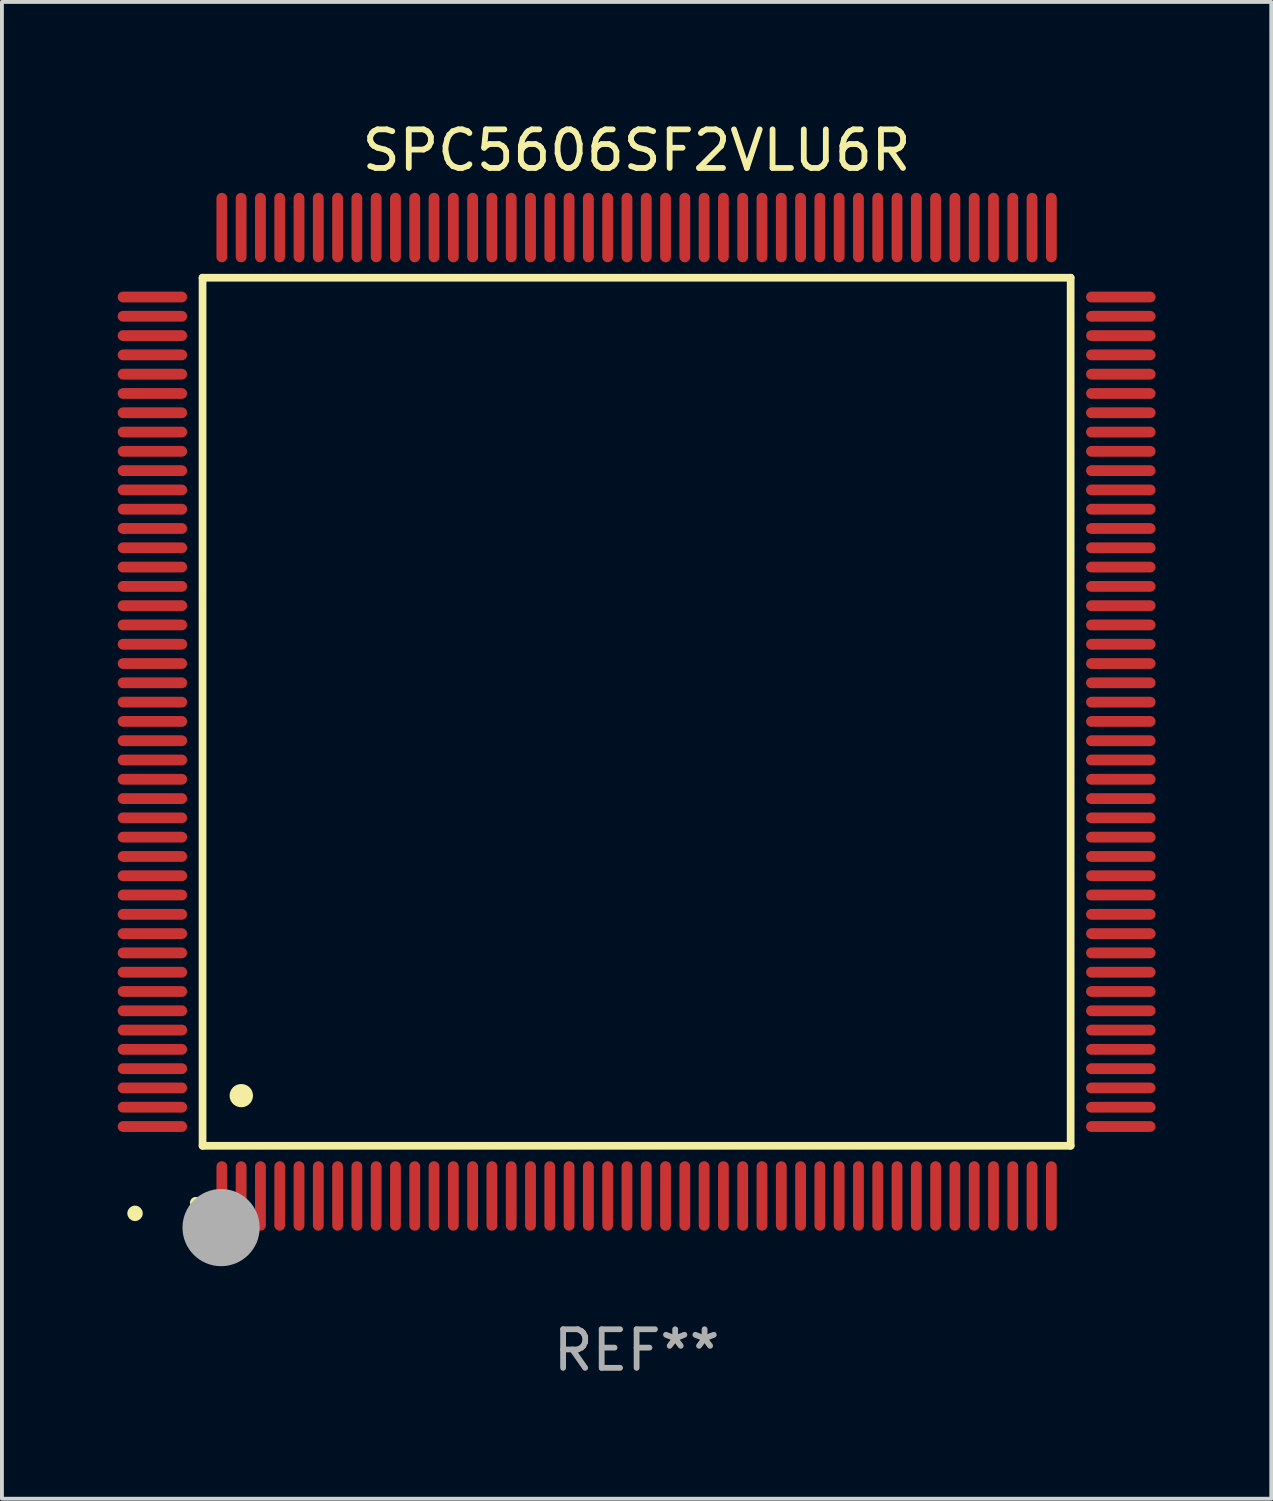
<source format=kicad_pcb>
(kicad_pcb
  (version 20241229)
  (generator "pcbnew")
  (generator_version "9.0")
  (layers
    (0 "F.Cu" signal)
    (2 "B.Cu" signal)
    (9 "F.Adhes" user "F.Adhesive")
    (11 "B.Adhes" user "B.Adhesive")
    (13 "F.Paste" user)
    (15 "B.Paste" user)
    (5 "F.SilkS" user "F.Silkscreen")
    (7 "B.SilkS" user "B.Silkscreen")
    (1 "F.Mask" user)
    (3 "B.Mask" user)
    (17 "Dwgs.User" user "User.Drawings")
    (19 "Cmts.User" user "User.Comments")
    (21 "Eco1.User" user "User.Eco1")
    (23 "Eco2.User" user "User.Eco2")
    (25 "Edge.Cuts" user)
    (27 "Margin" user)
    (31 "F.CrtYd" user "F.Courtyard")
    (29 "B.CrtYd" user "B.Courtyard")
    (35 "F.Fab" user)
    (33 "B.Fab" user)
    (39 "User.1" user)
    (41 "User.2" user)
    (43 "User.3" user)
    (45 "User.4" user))
  (footprint "SPC5606SF2VLU6R"
    (layer "F.Cu")
    (at 13.45 15.398)
    (property "Reference" "SPC5606SF2VLU6R" (at 0 -14.55 0) (layer "F.SilkS") (effects (font (size 1 1) (thickness 0.15))))
    (attr through_hole)
    (fp_line (start -11.25 -11.25) (end 11.25 -11.25) (stroke (width 0.2) (type solid)) (layer "F.SilkS"))
    (fp_line (start -11.25 11.25) (end -11.25 -11.25) (stroke (width 0.2) (type solid)) (layer "F.SilkS"))
    (fp_line (start 11.25 -11.25) (end 11.25 11.25) (stroke (width 0.2) (type solid)) (layer "F.SilkS"))
    (fp_line (start 11.25 11.25) (end -11.25 11.25) (stroke (width 0.2) (type solid)) (layer "F.SilkS"))
    (fp_arc (start -11.424943 12.725425) (mid -11.423673 12.72542) (end -11.422403 12.725425) (stroke (width 0.3) (type solid)) (layer "F.SilkS"))
    (fp_arc (start -10.24892 9.9492) (mid -10.24638 9.949189) (end -10.24384 9.9492) (stroke (width 0.6) (type solid)) (layer "F.SilkS"))
    (fp_circle (center -13 13) (end -12.9 13) (stroke (width 0.2) (type solid)) (fill no) (layer "F.SilkS"))
    (fp_circle (center -10.77 13.37) (end -10.27 13.37) (stroke (width 1) (type solid)) (fill no) (layer "F.Fab"))
    (fp_text user "REF**" (at 0 16.55 0) (layer "F.Fab") (effects (font (size 1 1) (thickness 0.15))))
    (pad "1" smd oval (at -10.75 12.55) (size 0.28 1.8) (layers "F.Cu" "F.Mask" "F.Paste"))
    (pad "2" smd oval (at -10.25 12.55) (size 0.28 1.8) (layers "F.Cu" "F.Mask" "F.Paste"))
    (pad "3" smd oval (at -9.75 12.55) (size 0.28 1.8) (layers "F.Cu" "F.Mask" "F.Paste"))
    (pad "4" smd oval (at -9.25 12.55) (size 0.28 1.8) (layers "F.Cu" "F.Mask" "F.Paste"))
    (pad "5" smd oval (at -8.75 12.55) (size 0.28 1.8) (layers "F.Cu" "F.Mask" "F.Paste"))
    (pad "6" smd oval (at -8.25 12.55) (size 0.28 1.8) (layers "F.Cu" "F.Mask" "F.Paste"))
    (pad "7" smd oval (at -7.75 12.55) (size 0.28 1.8) (layers "F.Cu" "F.Mask" "F.Paste"))
    (pad "8" smd oval (at -7.25 12.55) (size 0.28 1.8) (layers "F.Cu" "F.Mask" "F.Paste"))
    (pad "9" smd oval (at -6.75 12.55) (size 0.28 1.8) (layers "F.Cu" "F.Mask" "F.Paste"))
    (pad "10" smd oval (at -6.25 12.55) (size 0.28 1.8) (layers "F.Cu" "F.Mask" "F.Paste"))
    (pad "11" smd oval (at -5.75 12.55) (size 0.28 1.8) (layers "F.Cu" "F.Mask" "F.Paste"))
    (pad "12" smd oval (at -5.25 12.55) (size 0.28 1.8) (layers "F.Cu" "F.Mask" "F.Paste"))
    (pad "13" smd oval (at -4.75 12.55) (size 0.28 1.8) (layers "F.Cu" "F.Mask" "F.Paste"))
    (pad "14" smd oval (at -4.25 12.55) (size 0.28 1.8) (layers "F.Cu" "F.Mask" "F.Paste"))
    (pad "15" smd oval (at -3.75 12.55) (size 0.28 1.8) (layers "F.Cu" "F.Mask" "F.Paste"))
    (pad "16" smd oval (at -3.25 12.55) (size 0.28 1.8) (layers "F.Cu" "F.Mask" "F.Paste"))
    (pad "17" smd oval (at -2.75 12.55) (size 0.28 1.8) (layers "F.Cu" "F.Mask" "F.Paste"))
    (pad "18" smd oval (at -2.25 12.55) (size 0.28 1.8) (layers "F.Cu" "F.Mask" "F.Paste"))
    (pad "19" smd oval (at -1.75 12.55) (size 0.28 1.8) (layers "F.Cu" "F.Mask" "F.Paste"))
    (pad "20" smd oval (at -1.25 12.55) (size 0.28 1.8) (layers "F.Cu" "F.Mask" "F.Paste"))
    (pad "21" smd oval (at -0.75 12.55) (size 0.28 1.8) (layers "F.Cu" "F.Mask" "F.Paste"))
    (pad "22" smd oval (at -0.25 12.55) (size 0.28 1.8) (layers "F.Cu" "F.Mask" "F.Paste"))
    (pad "23" smd oval (at 0.25 12.55) (size 0.28 1.8) (layers "F.Cu" "F.Mask" "F.Paste"))
    (pad "24" smd oval (at 0.75 12.55) (size 0.28 1.8) (layers "F.Cu" "F.Mask" "F.Paste"))
    (pad "25" smd oval (at 1.25 12.55) (size 0.28 1.8) (layers "F.Cu" "F.Mask" "F.Paste"))
    (pad "26" smd oval (at 1.75 12.55) (size 0.28 1.8) (layers "F.Cu" "F.Mask" "F.Paste"))
    (pad "27" smd oval (at 2.25 12.55) (size 0.28 1.8) (layers "F.Cu" "F.Mask" "F.Paste"))
    (pad "28" smd oval (at 2.75 12.55) (size 0.28 1.8) (layers "F.Cu" "F.Mask" "F.Paste"))
    (pad "29" smd oval (at 3.25 12.55) (size 0.28 1.8) (layers "F.Cu" "F.Mask" "F.Paste"))
    (pad "30" smd oval (at 3.75 12.55) (size 0.28 1.8) (layers "F.Cu" "F.Mask" "F.Paste"))
    (pad "31" smd oval (at 4.25 12.55) (size 0.28 1.8) (layers "F.Cu" "F.Mask" "F.Paste"))
    (pad "32" smd oval (at 4.75 12.55) (size 0.28 1.8) (layers "F.Cu" "F.Mask" "F.Paste"))
    (pad "33" smd oval (at 5.25 12.55) (size 0.28 1.8) (layers "F.Cu" "F.Mask" "F.Paste"))
    (pad "34" smd oval (at 5.75 12.55) (size 0.28 1.8) (layers "F.Cu" "F.Mask" "F.Paste"))
    (pad "35" smd oval (at 6.25 12.55) (size 0.28 1.8) (layers "F.Cu" "F.Mask" "F.Paste"))
    (pad "36" smd oval (at 6.75 12.55) (size 0.28 1.8) (layers "F.Cu" "F.Mask" "F.Paste"))
    (pad "37" smd oval (at 7.25 12.55) (size 0.28 1.8) (layers "F.Cu" "F.Mask" "F.Paste"))
    (pad "38" smd oval (at 7.75 12.55) (size 0.28 1.8) (layers "F.Cu" "F.Mask" "F.Paste"))
    (pad "39" smd oval (at 8.25 12.55) (size 0.28 1.8) (layers "F.Cu" "F.Mask" "F.Paste"))
    (pad "40" smd oval (at 8.75 12.55) (size 0.28 1.8) (layers "F.Cu" "F.Mask" "F.Paste"))
    (pad "41" smd oval (at 9.25 12.55) (size 0.28 1.8) (layers "F.Cu" "F.Mask" "F.Paste"))
    (pad "42" smd oval (at 9.75 12.55) (size 0.28 1.8) (layers "F.Cu" "F.Mask" "F.Paste"))
    (pad "43" smd oval (at 10.25 12.55) (size 0.28 1.8) (layers "F.Cu" "F.Mask" "F.Paste"))
    (pad "44" smd oval (at 10.75 12.55) (size 0.28 1.8) (layers "F.Cu" "F.Mask" "F.Paste"))
    (pad "45" smd oval (at 12.55 10.75) (size 1.8 0.28) (layers "F.Cu" "F.Mask" "F.Paste"))
    (pad "46" smd oval (at 12.55 10.25) (size 1.8 0.28) (layers "F.Cu" "F.Mask" "F.Paste"))
    (pad "47" smd oval (at 12.55 9.75) (size 1.8 0.28) (layers "F.Cu" "F.Mask" "F.Paste"))
    (pad "48" smd oval (at 12.55 9.25) (size 1.8 0.28) (layers "F.Cu" "F.Mask" "F.Paste"))
    (pad "49" smd oval (at 12.55 8.75) (size 1.8 0.28) (layers "F.Cu" "F.Mask" "F.Paste"))
    (pad "50" smd oval (at 12.55 8.25) (size 1.8 0.28) (layers "F.Cu" "F.Mask" "F.Paste"))
    (pad "51" smd oval (at 12.55 7.75) (size 1.8 0.28) (layers "F.Cu" "F.Mask" "F.Paste"))
    (pad "52" smd oval (at 12.55 7.25) (size 1.8 0.28) (layers "F.Cu" "F.Mask" "F.Paste"))
    (pad "53" smd oval (at 12.55 6.75) (size 1.8 0.28) (layers "F.Cu" "F.Mask" "F.Paste"))
    (pad "54" smd oval (at 12.55 6.25) (size 1.8 0.28) (layers "F.Cu" "F.Mask" "F.Paste"))
    (pad "55" smd oval (at 12.55 5.75) (size 1.8 0.28) (layers "F.Cu" "F.Mask" "F.Paste"))
    (pad "56" smd oval (at 12.55 5.25) (size 1.8 0.28) (layers "F.Cu" "F.Mask" "F.Paste"))
    (pad "57" smd oval (at 12.55 4.75) (size 1.8 0.28) (layers "F.Cu" "F.Mask" "F.Paste"))
    (pad "58" smd oval (at 12.55 4.25) (size 1.8 0.28) (layers "F.Cu" "F.Mask" "F.Paste"))
    (pad "59" smd oval (at 12.55 3.75) (size 1.8 0.28) (layers "F.Cu" "F.Mask" "F.Paste"))
    (pad "60" smd oval (at 12.55 3.25) (size 1.8 0.28) (layers "F.Cu" "F.Mask" "F.Paste"))
    (pad "61" smd oval (at 12.55 2.75) (size 1.8 0.28) (layers "F.Cu" "F.Mask" "F.Paste"))
    (pad "62" smd oval (at 12.55 2.25) (size 1.8 0.28) (layers "F.Cu" "F.Mask" "F.Paste"))
    (pad "63" smd oval (at 12.55 1.75) (size 1.8 0.28) (layers "F.Cu" "F.Mask" "F.Paste"))
    (pad "64" smd oval (at 12.55 1.25) (size 1.8 0.28) (layers "F.Cu" "F.Mask" "F.Paste"))
    (pad "65" smd oval (at 12.55 0.75) (size 1.8 0.28) (layers "F.Cu" "F.Mask" "F.Paste"))
    (pad "66" smd oval (at 12.55 0.25) (size 1.8 0.28) (layers "F.Cu" "F.Mask" "F.Paste"))
    (pad "67" smd oval (at 12.55 -0.25) (size 1.8 0.28) (layers "F.Cu" "F.Mask" "F.Paste"))
    (pad "68" smd oval (at 12.55 -0.75) (size 1.8 0.28) (layers "F.Cu" "F.Mask" "F.Paste"))
    (pad "69" smd oval (at 12.55 -1.25) (size 1.8 0.28) (layers "F.Cu" "F.Mask" "F.Paste"))
    (pad "70" smd oval (at 12.55 -1.75) (size 1.8 0.28) (layers "F.Cu" "F.Mask" "F.Paste"))
    (pad "71" smd oval (at 12.55 -2.25) (size 1.8 0.28) (layers "F.Cu" "F.Mask" "F.Paste"))
    (pad "72" smd oval (at 12.55 -2.75) (size 1.8 0.28) (layers "F.Cu" "F.Mask" "F.Paste"))
    (pad "73" smd oval (at 12.55 -3.25) (size 1.8 0.28) (layers "F.Cu" "F.Mask" "F.Paste"))
    (pad "74" smd oval (at 12.55 -3.75) (size 1.8 0.28) (layers "F.Cu" "F.Mask" "F.Paste"))
    (pad "75" smd oval (at 12.55 -4.25) (size 1.8 0.28) (layers "F.Cu" "F.Mask" "F.Paste"))
    (pad "76" smd oval (at 12.55 -4.75) (size 1.8 0.28) (layers "F.Cu" "F.Mask" "F.Paste"))
    (pad "77" smd oval (at 12.55 -5.25) (size 1.8 0.28) (layers "F.Cu" "F.Mask" "F.Paste"))
    (pad "78" smd oval (at 12.55 -5.75) (size 1.8 0.28) (layers "F.Cu" "F.Mask" "F.Paste"))
    (pad "79" smd oval (at 12.55 -6.25) (size 1.8 0.28) (layers "F.Cu" "F.Mask" "F.Paste"))
    (pad "80" smd oval (at 12.55 -6.75) (size 1.8 0.28) (layers "F.Cu" "F.Mask" "F.Paste"))
    (pad "81" smd oval (at 12.55 -7.25) (size 1.8 0.28) (layers "F.Cu" "F.Mask" "F.Paste"))
    (pad "82" smd oval (at 12.55 -7.75) (size 1.8 0.28) (layers "F.Cu" "F.Mask" "F.Paste"))
    (pad "83" smd oval (at 12.55 -8.25) (size 1.8 0.28) (layers "F.Cu" "F.Mask" "F.Paste"))
    (pad "84" smd oval (at 12.55 -8.75) (size 1.8 0.28) (layers "F.Cu" "F.Mask" "F.Paste"))
    (pad "85" smd oval (at 12.55 -9.25) (size 1.8 0.28) (layers "F.Cu" "F.Mask" "F.Paste"))
    (pad "86" smd oval (at 12.55 -9.75) (size 1.8 0.28) (layers "F.Cu" "F.Mask" "F.Paste"))
    (pad "87" smd oval (at 12.55 -10.25) (size 1.8 0.28) (layers "F.Cu" "F.Mask" "F.Paste"))
    (pad "88" smd oval (at 12.55 -10.75) (size 1.8 0.28) (layers "F.Cu" "F.Mask" "F.Paste"))
    (pad "89" smd oval (at 10.75 -12.55) (size 0.28 1.8) (layers "F.Cu" "F.Mask" "F.Paste"))
    (pad "90" smd oval (at 10.25 -12.55) (size 0.28 1.8) (layers "F.Cu" "F.Mask" "F.Paste"))
    (pad "91" smd oval (at 9.75 -12.55) (size 0.28 1.8) (layers "F.Cu" "F.Mask" "F.Paste"))
    (pad "92" smd oval (at 9.25 -12.55) (size 0.28 1.8) (layers "F.Cu" "F.Mask" "F.Paste"))
    (pad "93" smd oval (at 8.75 -12.55) (size 0.28 1.8) (layers "F.Cu" "F.Mask" "F.Paste"))
    (pad "94" smd oval (at 8.25 -12.55) (size 0.28 1.8) (layers "F.Cu" "F.Mask" "F.Paste"))
    (pad "95" smd oval (at 7.75 -12.55) (size 0.28 1.8) (layers "F.Cu" "F.Mask" "F.Paste"))
    (pad "96" smd oval (at 7.25 -12.55) (size 0.28 1.8) (layers "F.Cu" "F.Mask" "F.Paste"))
    (pad "97" smd oval (at 6.75 -12.55) (size 0.28 1.8) (layers "F.Cu" "F.Mask" "F.Paste"))
    (pad "98" smd oval (at 6.25 -12.55) (size 0.28 1.8) (layers "F.Cu" "F.Mask" "F.Paste"))
    (pad "99" smd oval (at 5.75 -12.55) (size 0.28 1.8) (layers "F.Cu" "F.Mask" "F.Paste"))
    (pad "100" smd oval (at 5.25 -12.55) (size 0.28 1.8) (layers "F.Cu" "F.Mask" "F.Paste"))
    (pad "101" smd oval (at 4.75 -12.55) (size 0.28 1.8) (layers "F.Cu" "F.Mask" "F.Paste"))
    (pad "102" smd oval (at 4.25 -12.55) (size 0.28 1.8) (layers "F.Cu" "F.Mask" "F.Paste"))
    (pad "103" smd oval (at 3.75 -12.55) (size 0.28 1.8) (layers "F.Cu" "F.Mask" "F.Paste"))
    (pad "104" smd oval (at 3.25 -12.55) (size 0.28 1.8) (layers "F.Cu" "F.Mask" "F.Paste"))
    (pad "105" smd oval (at 2.75 -12.55) (size 0.28 1.8) (layers "F.Cu" "F.Mask" "F.Paste"))
    (pad "106" smd oval (at 2.25 -12.55) (size 0.28 1.8) (layers "F.Cu" "F.Mask" "F.Paste"))
    (pad "107" smd oval (at 1.75 -12.55) (size 0.28 1.8) (layers "F.Cu" "F.Mask" "F.Paste"))
    (pad "108" smd oval (at 1.25 -12.55) (size 0.28 1.8) (layers "F.Cu" "F.Mask" "F.Paste"))
    (pad "109" smd oval (at 0.75 -12.55) (size 0.28 1.8) (layers "F.Cu" "F.Mask" "F.Paste"))
    (pad "110" smd oval (at 0.25 -12.55) (size 0.28 1.8) (layers "F.Cu" "F.Mask" "F.Paste"))
    (pad "111" smd oval (at -0.25 -12.55) (size 0.28 1.8) (layers "F.Cu" "F.Mask" "F.Paste"))
    (pad "112" smd oval (at -0.75 -12.55) (size 0.28 1.8) (layers "F.Cu" "F.Mask" "F.Paste"))
    (pad "113" smd oval (at -1.25 -12.55) (size 0.28 1.8) (layers "F.Cu" "F.Mask" "F.Paste"))
    (pad "114" smd oval (at -1.75 -12.55) (size 0.28 1.8) (layers "F.Cu" "F.Mask" "F.Paste"))
    (pad "115" smd oval (at -2.25 -12.55) (size 0.28 1.8) (layers "F.Cu" "F.Mask" "F.Paste"))
    (pad "116" smd oval (at -2.75 -12.55) (size 0.28 1.8) (layers "F.Cu" "F.Mask" "F.Paste"))
    (pad "117" smd oval (at -3.25 -12.55) (size 0.28 1.8) (layers "F.Cu" "F.Mask" "F.Paste"))
    (pad "118" smd oval (at -3.75 -12.55) (size 0.28 1.8) (layers "F.Cu" "F.Mask" "F.Paste"))
    (pad "119" smd oval (at -4.25 -12.55) (size 0.28 1.8) (layers "F.Cu" "F.Mask" "F.Paste"))
    (pad "120" smd oval (at -4.75 -12.55) (size 0.28 1.8) (layers "F.Cu" "F.Mask" "F.Paste"))
    (pad "121" smd oval (at -5.25 -12.55) (size 0.28 1.8) (layers "F.Cu" "F.Mask" "F.Paste"))
    (pad "122" smd oval (at -5.75 -12.55) (size 0.28 1.8) (layers "F.Cu" "F.Mask" "F.Paste"))
    (pad "123" smd oval (at -6.25 -12.55) (size 0.28 1.8) (layers "F.Cu" "F.Mask" "F.Paste"))
    (pad "124" smd oval (at -6.75 -12.55) (size 0.28 1.8) (layers "F.Cu" "F.Mask" "F.Paste"))
    (pad "125" smd oval (at -7.25 -12.55) (size 0.28 1.8) (layers "F.Cu" "F.Mask" "F.Paste"))
    (pad "126" smd oval (at -7.75 -12.55) (size 0.28 1.8) (layers "F.Cu" "F.Mask" "F.Paste"))
    (pad "127" smd oval (at -8.25 -12.55) (size 0.28 1.8) (layers "F.Cu" "F.Mask" "F.Paste"))
    (pad "128" smd oval (at -8.75 -12.55) (size 0.28 1.8) (layers "F.Cu" "F.Mask" "F.Paste"))
    (pad "129" smd oval (at -9.25 -12.55) (size 0.28 1.8) (layers "F.Cu" "F.Mask" "F.Paste"))
    (pad "130" smd oval (at -9.75 -12.55) (size 0.28 1.8) (layers "F.Cu" "F.Mask" "F.Paste"))
    (pad "131" smd oval (at -10.25 -12.55) (size 0.28 1.8) (layers "F.Cu" "F.Mask" "F.Paste"))
    (pad "132" smd oval (at -10.75 -12.55) (size 0.28 1.8) (layers "F.Cu" "F.Mask" "F.Paste"))
    (pad "133" smd oval (at -12.55 -10.75) (size 1.8 0.28) (layers "F.Cu" "F.Mask" "F.Paste"))
    (pad "134" smd oval (at -12.55 -10.25) (size 1.8 0.28) (layers "F.Cu" "F.Mask" "F.Paste"))
    (pad "135" smd oval (at -12.55 -9.75) (size 1.8 0.28) (layers "F.Cu" "F.Mask" "F.Paste"))
    (pad "136" smd oval (at -12.55 -9.25) (size 1.8 0.28) (layers "F.Cu" "F.Mask" "F.Paste"))
    (pad "137" smd oval (at -12.55 -8.75) (size 1.8 0.28) (layers "F.Cu" "F.Mask" "F.Paste"))
    (pad "138" smd oval (at -12.55 -8.25) (size 1.8 0.28) (layers "F.Cu" "F.Mask" "F.Paste"))
    (pad "139" smd oval (at -12.55 -7.75) (size 1.8 0.28) (layers "F.Cu" "F.Mask" "F.Paste"))
    (pad "140" smd oval (at -12.55 -7.25) (size 1.8 0.28) (layers "F.Cu" "F.Mask" "F.Paste"))
    (pad "141" smd oval (at -12.55 -6.75) (size 1.8 0.28) (layers "F.Cu" "F.Mask" "F.Paste"))
    (pad "142" smd oval (at -12.55 -6.25) (size 1.8 0.28) (layers "F.Cu" "F.Mask" "F.Paste"))
    (pad "143" smd oval (at -12.55 -5.75) (size 1.8 0.28) (layers "F.Cu" "F.Mask" "F.Paste"))
    (pad "144" smd oval (at -12.55 -5.25) (size 1.8 0.28) (layers "F.Cu" "F.Mask" "F.Paste"))
    (pad "145" smd oval (at -12.55 -4.75) (size 1.8 0.28) (layers "F.Cu" "F.Mask" "F.Paste"))
    (pad "146" smd oval (at -12.55 -4.25) (size 1.8 0.28) (layers "F.Cu" "F.Mask" "F.Paste"))
    (pad "147" smd oval (at -12.55 -3.75) (size 1.8 0.28) (layers "F.Cu" "F.Mask" "F.Paste"))
    (pad "148" smd oval (at -12.55 -3.25) (size 1.8 0.28) (layers "F.Cu" "F.Mask" "F.Paste"))
    (pad "149" smd oval (at -12.55 -2.75) (size 1.8 0.28) (layers "F.Cu" "F.Mask" "F.Paste"))
    (pad "150" smd oval (at -12.55 -2.25) (size 1.8 0.28) (layers "F.Cu" "F.Mask" "F.Paste"))
    (pad "151" smd oval (at -12.55 -1.75) (size 1.8 0.28) (layers "F.Cu" "F.Mask" "F.Paste"))
    (pad "152" smd oval (at -12.55 -1.25) (size 1.8 0.28) (layers "F.Cu" "F.Mask" "F.Paste"))
    (pad "153" smd oval (at -12.55 -0.75) (size 1.8 0.28) (layers "F.Cu" "F.Mask" "F.Paste"))
    (pad "154" smd oval (at -12.55 -0.25) (size 1.8 0.28) (layers "F.Cu" "F.Mask" "F.Paste"))
    (pad "155" smd oval (at -12.55 0.25) (size 1.8 0.28) (layers "F.Cu" "F.Mask" "F.Paste"))
    (pad "156" smd oval (at -12.55 0.75) (size 1.8 0.28) (layers "F.Cu" "F.Mask" "F.Paste"))
    (pad "157" smd oval (at -12.55 1.25) (size 1.8 0.28) (layers "F.Cu" "F.Mask" "F.Paste"))
    (pad "158" smd oval (at -12.55 1.75) (size 1.8 0.28) (layers "F.Cu" "F.Mask" "F.Paste"))
    (pad "159" smd oval (at -12.55 2.25) (size 1.8 0.28) (layers "F.Cu" "F.Mask" "F.Paste"))
    (pad "160" smd oval (at -12.55 2.75) (size 1.8 0.28) (layers "F.Cu" "F.Mask" "F.Paste"))
    (pad "161" smd oval (at -12.55 3.25) (size 1.8 0.28) (layers "F.Cu" "F.Mask" "F.Paste"))
    (pad "162" smd oval (at -12.55 3.75) (size 1.8 0.28) (layers "F.Cu" "F.Mask" "F.Paste"))
    (pad "163" smd oval (at -12.55 4.25) (size 1.8 0.28) (layers "F.Cu" "F.Mask" "F.Paste"))
    (pad "164" smd oval (at -12.55 4.75) (size 1.8 0.28) (layers "F.Cu" "F.Mask" "F.Paste"))
    (pad "165" smd oval (at -12.55 5.25) (size 1.8 0.28) (layers "F.Cu" "F.Mask" "F.Paste"))
    (pad "166" smd oval (at -12.55 5.75) (size 1.8 0.28) (layers "F.Cu" "F.Mask" "F.Paste"))
    (pad "167" smd oval (at -12.55 6.25) (size 1.8 0.28) (layers "F.Cu" "F.Mask" "F.Paste"))
    (pad "168" smd oval (at -12.55 6.75) (size 1.8 0.28) (layers "F.Cu" "F.Mask" "F.Paste"))
    (pad "169" smd oval (at -12.55 7.25) (size 1.8 0.28) (layers "F.Cu" "F.Mask" "F.Paste"))
    (pad "170" smd oval (at -12.55 7.75) (size 1.8 0.28) (layers "F.Cu" "F.Mask" "F.Paste"))
    (pad "171" smd oval (at -12.55 8.25) (size 1.8 0.28) (layers "F.Cu" "F.Mask" "F.Paste"))
    (pad "172" smd oval (at -12.55 8.75) (size 1.8 0.28) (layers "F.Cu" "F.Mask" "F.Paste"))
    (pad "173" smd oval (at -12.55 9.25) (size 1.8 0.28) (layers "F.Cu" "F.Mask" "F.Paste"))
    (pad "174" smd oval (at -12.55 9.75) (size 1.8 0.28) (layers "F.Cu" "F.Mask" "F.Paste"))
    (pad "175" smd oval (at -12.55 10.25) (size 1.8 0.28) (layers "F.Cu" "F.Mask" "F.Paste"))
    (pad "176" smd oval (at -12.55 10.75) (size 1.8 0.28) (layers "F.Cu" "F.Mask" "F.Paste")))
  (gr_rect
    (start -3 -3)
    (end 29.9 35.796)
    (stroke (width 0.1) (type default))
    (fill no)
    (layer "Edge.Cuts")))
</source>
